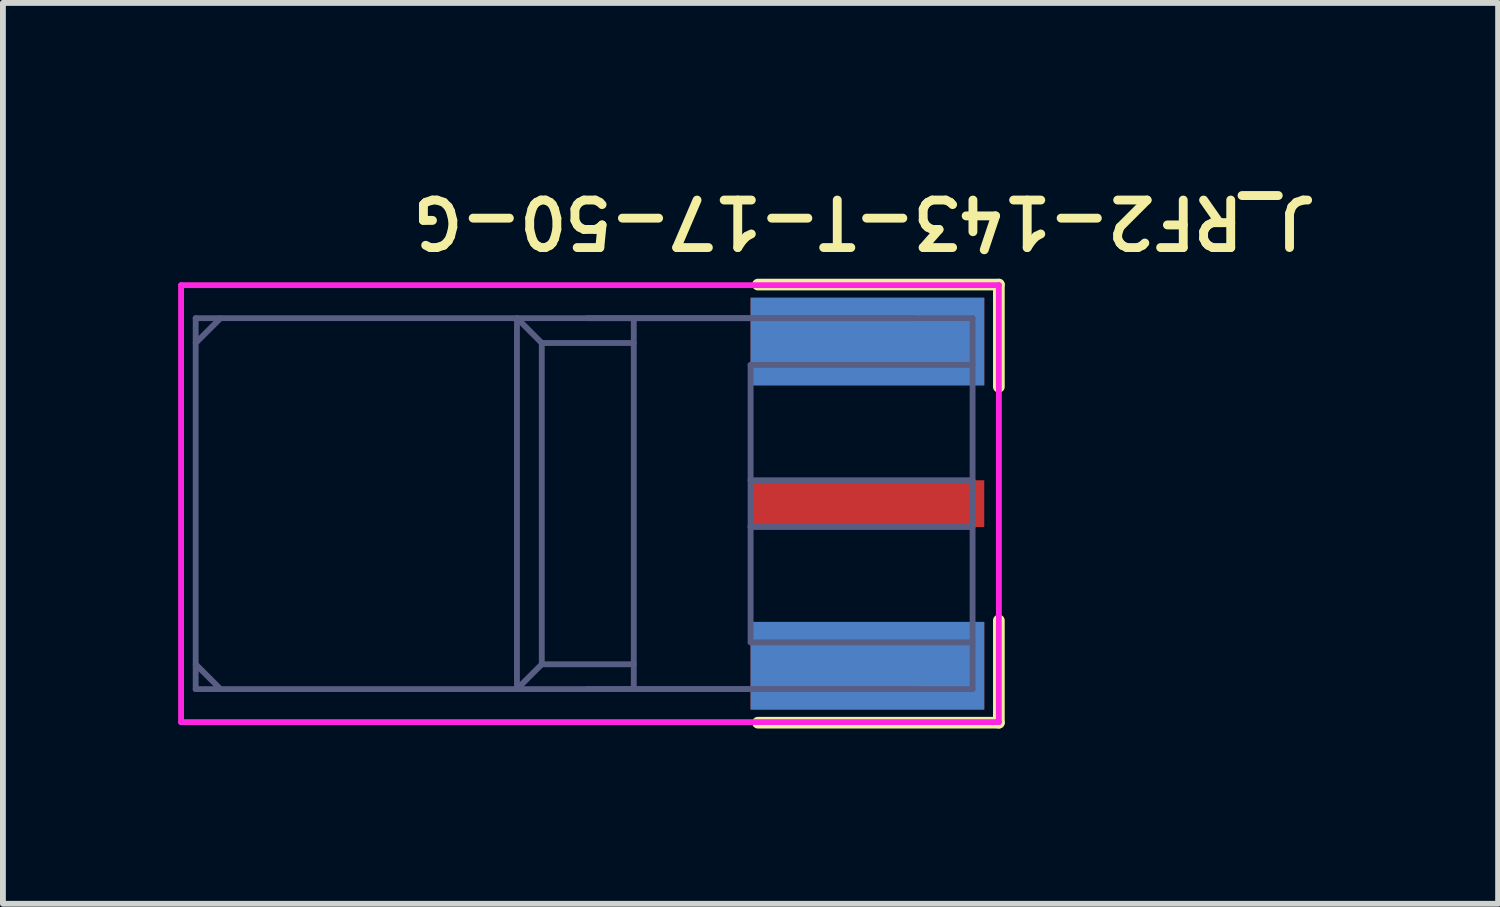
<source format=kicad_pcb>
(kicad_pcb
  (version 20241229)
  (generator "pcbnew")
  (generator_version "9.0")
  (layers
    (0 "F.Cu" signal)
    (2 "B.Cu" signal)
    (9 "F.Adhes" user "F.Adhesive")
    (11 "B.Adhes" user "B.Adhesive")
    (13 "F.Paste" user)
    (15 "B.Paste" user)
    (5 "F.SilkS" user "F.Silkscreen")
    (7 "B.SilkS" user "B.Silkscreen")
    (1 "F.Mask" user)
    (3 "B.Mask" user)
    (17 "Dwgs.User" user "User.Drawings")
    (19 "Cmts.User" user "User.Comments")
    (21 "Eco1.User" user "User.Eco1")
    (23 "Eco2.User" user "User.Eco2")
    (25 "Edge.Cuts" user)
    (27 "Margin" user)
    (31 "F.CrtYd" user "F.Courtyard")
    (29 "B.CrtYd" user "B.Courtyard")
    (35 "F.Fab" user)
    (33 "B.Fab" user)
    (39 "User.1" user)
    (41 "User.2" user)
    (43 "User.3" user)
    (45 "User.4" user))
  (footprint "J_RF2-143-T-17-50-G"
    (layer "F.Cu")
    (at 9.8 5.572)
    (property "Reference" "J_RF2-143-T-17-50-G" (at 1.948 -4.829 180) (unlocked yes) (layer "F.SilkS") (effects (font (size 0.813 0.813) (thickness 0.152))))
    (attr smd)
    (fp_line (start 4.25 -3.75) (end 0.125 -3.75) (stroke (width 0.2) (type solid)) (layer "F.SilkS"))
    (fp_line (start 4.25 -2) (end 4.25 -3.75) (stroke (width 0.2) (type solid)) (layer "F.SilkS"))
    (fp_line (start 4.25 3.75) (end 0.125 3.75) (stroke (width 0.2) (type solid)) (layer "F.SilkS"))
    (fp_line (start 4.25 3.75) (end 4.25 2) (stroke (width 0.2) (type solid)) (layer "F.SilkS"))
    (fp_line (start -9.75 3.74) (end -9.75 -3.74) (stroke (width 0.1) (type solid)) (layer "F.CrtYd"))
    (fp_line (start 4.25 -3.74) (end -9.75 -3.74) (stroke (width 0.1) (type solid)) (layer "F.CrtYd"))
    (fp_line (start 4.25 3.74) (end -9.75 3.74) (stroke (width 0.1) (type solid)) (layer "F.CrtYd"))
    (fp_line (start 4.25 3.74) (end 4.25 -3.74) (stroke (width 0.1) (type solid)) (layer "F.CrtYd"))
    (fp_line (start -9.5 -2.75) (end -9.075 -3.175) (stroke (width 0.1) (type solid)) (layer "B.Fab"))
    (fp_line (start -9.5 3.175) (end -9.5 -3.175) (stroke (width 0.1) (type solid)) (layer "B.Fab"))
    (fp_line (start -9.075 3.175) (end -9.5 2.75) (stroke (width 0.1) (type solid)) (layer "B.Fab"))
    (fp_line (start -4 3.175) (end -4 -3.175) (stroke (width 0.1) (type solid)) (layer "B.Fab"))
    (fp_line (start -4 3.175) (end -3.575 2.75) (stroke (width 0.1) (type solid)) (layer "B.Fab"))
    (fp_line (start -3.575 -2.75) (end -4 -3.175) (stroke (width 0.1) (type solid)) (layer "B.Fab"))
    (fp_line (start -3.575 2.75) (end -3.575 -2.75) (stroke (width 0.1) (type solid)) (layer "B.Fab"))
    (fp_line (start -2 -2.75) (end -3.575 -2.75) (stroke (width 0.1) (type solid)) (layer "B.Fab"))
    (fp_line (start -2 2.75) (end -3.575 2.75) (stroke (width 0.1) (type solid)) (layer "B.Fab"))
    (fp_line (start -2 3.175) (end -2 -3.175) (stroke (width 0.1) (type solid)) (layer "B.Fab"))
    (fp_line (start -0.00008 0.4) (end -0.00008 -0.4) (stroke (width 0.1) (type solid)) (layer "B.Fab"))
    (fp_line (start 0 -0.4) (end 0 -2.375) (stroke (width 0.1) (type solid)) (layer "B.Fab"))
    (fp_line (start 0 2.375) (end 0 0.4) (stroke (width 0.1) (type solid)) (layer "B.Fab"))
    (fp_line (start 2.794 -3.175) (end -2.794 -3.175) (stroke (width 0.1) (type solid)) (layer "B.Fab"))
    (fp_line (start 2.794 3.175) (end -2.794 3.175) (stroke (width 0.1) (type solid)) (layer "B.Fab"))
    (fp_line (start 3.8 -0.4) (end -0.00008 -0.4) (stroke (width 0.1) (type solid)) (layer "B.Fab"))
    (fp_line (start 3.8 -3.175) (end -9.5 -3.175) (stroke (width 0.1) (type solid)) (layer "B.Fab"))
    (fp_line (start 3.8 -2.375) (end 0 -2.375) (stroke (width 0.1) (type solid)) (layer "B.Fab"))
    (fp_line (start 3.8 0.4) (end 0 0.4) (stroke (width 0.1) (type solid)) (layer "B.Fab"))
    (fp_line (start 3.8 2.375) (end 0 2.375) (stroke (width 0.1) (type solid)) (layer "B.Fab"))
    (fp_line (start 3.8 3.175) (end -9.5 3.175) (stroke (width 0.1) (type solid)) (layer "B.Fab"))
    (fp_line (start 3.8 3.175) (end 3.8 -3.175) (stroke (width 0.1) (type solid)) (layer "B.Fab"))
    (pad "1" smd rect (at 2 0) (size 4 0.8) (layers "F.Cu" "F.Mask"))
    (pad "2" smd rect (at 2 -2.775) (size 4 1.5) (layers "F.Cu" "F.Mask"))
    (pad "2" smd rect (at 2 -2.775) (size 4 1.5) (layers "B.Cu" "B.Mask"))
    (pad "2" smd rect (at 2 2.775) (size 4 1.5) (layers "F.Cu" "F.Mask"))
    (pad "2" smd rect (at 2 2.775) (size 4 1.5) (layers "B.Cu" "B.Mask")))
  (gr_rect
    (start -3 -3)
    (end 22.597 12.422)
    (stroke (width 0.1) (type default))
    (fill no)
    (layer "Edge.Cuts")))
</source>
